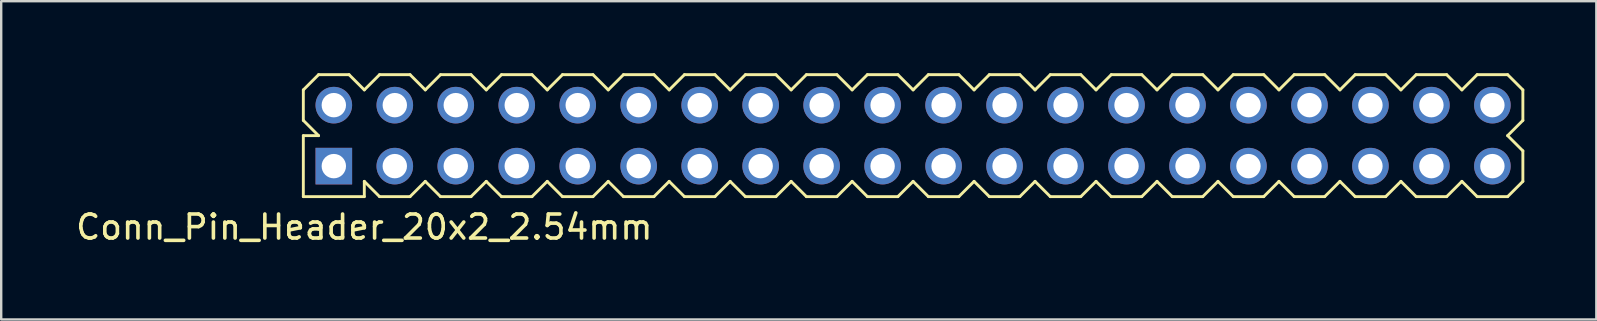
<source format=kicad_pcb>
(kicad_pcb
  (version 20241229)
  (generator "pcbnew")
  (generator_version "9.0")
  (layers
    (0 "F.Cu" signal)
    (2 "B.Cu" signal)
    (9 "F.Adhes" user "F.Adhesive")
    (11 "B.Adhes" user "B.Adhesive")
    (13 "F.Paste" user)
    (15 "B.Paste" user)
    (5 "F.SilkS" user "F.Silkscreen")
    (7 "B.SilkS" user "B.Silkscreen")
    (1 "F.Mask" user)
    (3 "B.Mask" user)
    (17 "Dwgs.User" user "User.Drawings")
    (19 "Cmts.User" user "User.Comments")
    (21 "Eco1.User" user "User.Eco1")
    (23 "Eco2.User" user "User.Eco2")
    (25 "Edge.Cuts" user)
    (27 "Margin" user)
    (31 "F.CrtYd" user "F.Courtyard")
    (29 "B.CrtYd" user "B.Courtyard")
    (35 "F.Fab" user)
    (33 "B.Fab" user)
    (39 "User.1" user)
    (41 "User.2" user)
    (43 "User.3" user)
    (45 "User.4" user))
  (footprint "Conn_Pin_Header_20x2_2.54mm"
    (layer "F.Cu")
    (at 34.985 2.6)
    (property "Reference" "Conn_Pin_Header_20x2_2.54mm" (at -22.86 3.81 0) (layer "F.SilkS") (effects (font (size 1 1) (thickness 0.15))))
    (attr through_hole)
    (fp_line (start -25.4 -1.905) (end -24.765 -2.54) (stroke (width 0.12) (type solid)) (layer "F.SilkS"))
    (fp_line (start -25.4 -0.635) (end -25.4 -1.905) (stroke (width 0.12) (type solid)) (layer "F.SilkS"))
    (fp_line (start -25.4 0) (end -24.765 0) (stroke (width 0.12) (type solid)) (layer "F.SilkS"))
    (fp_line (start -25.4 2.54) (end -25.4 0) (stroke (width 0.12) (type solid)) (layer "F.SilkS"))
    (fp_line (start -24.765 -2.54) (end -23.495 -2.54) (stroke (width 0.12) (type solid)) (layer "F.SilkS"))
    (fp_line (start -24.765 0) (end -25.4 -0.635) (stroke (width 0.12) (type solid)) (layer "F.SilkS"))
    (fp_line (start -23.495 -2.54) (end -22.86 -1.905) (stroke (width 0.12) (type solid)) (layer "F.SilkS"))
    (fp_line (start -22.86 -1.905) (end -22.225 -2.54) (stroke (width 0.12) (type solid)) (layer "F.SilkS"))
    (fp_line (start -22.86 2.54) (end -25.4 2.54) (stroke (width 0.12) (type solid)) (layer "F.SilkS"))
    (fp_line (start -22.86 2.54) (end -22.86 1.905) (stroke (width 0.12) (type solid)) (layer "F.SilkS"))
    (fp_line (start -22.225 -2.54) (end -20.955 -2.54) (stroke (width 0.12) (type solid)) (layer "F.SilkS"))
    (fp_line (start -22.225 2.54) (end -22.86 1.905) (stroke (width 0.12) (type solid)) (layer "F.SilkS"))
    (fp_line (start -20.955 -2.54) (end -20.32 -1.905) (stroke (width 0.12) (type solid)) (layer "F.SilkS"))
    (fp_line (start -20.955 2.54) (end -22.225 2.54) (stroke (width 0.12) (type solid)) (layer "F.SilkS"))
    (fp_line (start -20.32 -1.905) (end -19.685 -2.54) (stroke (width 0.12) (type solid)) (layer "F.SilkS"))
    (fp_line (start -20.32 1.905) (end -20.955 2.54) (stroke (width 0.12) (type solid)) (layer "F.SilkS"))
    (fp_line (start -19.685 -2.54) (end -18.415 -2.54) (stroke (width 0.12) (type solid)) (layer "F.SilkS"))
    (fp_line (start -19.685 2.54) (end -20.32 1.905) (stroke (width 0.12) (type solid)) (layer "F.SilkS"))
    (fp_line (start -18.415 -2.54) (end -17.78 -1.905) (stroke (width 0.12) (type solid)) (layer "F.SilkS"))
    (fp_line (start -18.415 2.54) (end -19.685 2.54) (stroke (width 0.12) (type solid)) (layer "F.SilkS"))
    (fp_line (start -17.78 -1.905) (end -17.145 -2.54) (stroke (width 0.12) (type solid)) (layer "F.SilkS"))
    (fp_line (start -17.78 1.905) (end -18.415 2.54) (stroke (width 0.12) (type solid)) (layer "F.SilkS"))
    (fp_line (start -17.145 -2.54) (end -15.875 -2.54) (stroke (width 0.12) (type solid)) (layer "F.SilkS"))
    (fp_line (start -17.145 2.54) (end -17.78 1.905) (stroke (width 0.12) (type solid)) (layer "F.SilkS"))
    (fp_line (start -15.875 -2.54) (end -15.24 -1.905) (stroke (width 0.12) (type solid)) (layer "F.SilkS"))
    (fp_line (start -15.875 2.54) (end -17.145 2.54) (stroke (width 0.12) (type solid)) (layer "F.SilkS"))
    (fp_line (start -15.24 -1.905) (end -14.605 -2.54) (stroke (width 0.12) (type solid)) (layer "F.SilkS"))
    (fp_line (start -15.24 1.905) (end -15.875 2.54) (stroke (width 0.12) (type solid)) (layer "F.SilkS"))
    (fp_line (start -14.605 -2.54) (end -13.335 -2.54) (stroke (width 0.12) (type solid)) (layer "F.SilkS"))
    (fp_line (start -14.605 2.54) (end -15.24 1.905) (stroke (width 0.12) (type solid)) (layer "F.SilkS"))
    (fp_line (start -13.335 -2.54) (end -12.7 -1.905) (stroke (width 0.12) (type solid)) (layer "F.SilkS"))
    (fp_line (start -13.335 2.54) (end -14.605 2.54) (stroke (width 0.12) (type solid)) (layer "F.SilkS"))
    (fp_line (start -12.7 -1.905) (end -12.065 -2.54) (stroke (width 0.12) (type solid)) (layer "F.SilkS"))
    (fp_line (start -12.7 1.905) (end -13.335 2.54) (stroke (width 0.12) (type solid)) (layer "F.SilkS"))
    (fp_line (start -12.065 -2.54) (end -10.795 -2.54) (stroke (width 0.12) (type solid)) (layer "F.SilkS"))
    (fp_line (start -12.065 2.54) (end -12.7 1.905) (stroke (width 0.12) (type solid)) (layer "F.SilkS"))
    (fp_line (start -10.795 -2.54) (end -10.16 -1.905) (stroke (width 0.12) (type solid)) (layer "F.SilkS"))
    (fp_line (start -10.795 2.54) (end -12.065 2.54) (stroke (width 0.12) (type solid)) (layer "F.SilkS"))
    (fp_line (start -10.16 -1.905) (end -9.525 -2.54) (stroke (width 0.12) (type solid)) (layer "F.SilkS"))
    (fp_line (start -10.16 1.905) (end -10.795 2.54) (stroke (width 0.12) (type solid)) (layer "F.SilkS"))
    (fp_line (start -9.525 -2.54) (end -8.255 -2.54) (stroke (width 0.12) (type solid)) (layer "F.SilkS"))
    (fp_line (start -9.525 2.54) (end -10.16 1.905) (stroke (width 0.12) (type solid)) (layer "F.SilkS"))
    (fp_line (start -8.255 -2.54) (end -7.62 -1.905) (stroke (width 0.12) (type solid)) (layer "F.SilkS"))
    (fp_line (start -8.255 2.54) (end -9.525 2.54) (stroke (width 0.12) (type solid)) (layer "F.SilkS"))
    (fp_line (start -7.62 -1.905) (end -6.985 -2.54) (stroke (width 0.12) (type solid)) (layer "F.SilkS"))
    (fp_line (start -7.62 1.905) (end -8.255 2.54) (stroke (width 0.12) (type solid)) (layer "F.SilkS"))
    (fp_line (start -6.985 -2.54) (end -5.715 -2.54) (stroke (width 0.12) (type solid)) (layer "F.SilkS"))
    (fp_line (start -6.985 2.54) (end -7.62 1.905) (stroke (width 0.12) (type solid)) (layer "F.SilkS"))
    (fp_line (start -5.715 -2.54) (end -5.08 -1.905) (stroke (width 0.12) (type solid)) (layer "F.SilkS"))
    (fp_line (start -5.715 2.54) (end -6.985 2.54) (stroke (width 0.12) (type solid)) (layer "F.SilkS"))
    (fp_line (start -5.08 -1.905) (end -4.445 -2.54) (stroke (width 0.12) (type solid)) (layer "F.SilkS"))
    (fp_line (start -5.08 1.905) (end -5.715 2.54) (stroke (width 0.12) (type solid)) (layer "F.SilkS"))
    (fp_line (start -4.445 -2.54) (end -3.175 -2.54) (stroke (width 0.12) (type solid)) (layer "F.SilkS"))
    (fp_line (start -4.445 2.54) (end -5.08 1.905) (stroke (width 0.12) (type solid)) (layer "F.SilkS"))
    (fp_line (start -3.175 -2.54) (end -2.54 -1.905) (stroke (width 0.12) (type solid)) (layer "F.SilkS"))
    (fp_line (start -3.175 2.54) (end -4.445 2.54) (stroke (width 0.12) (type solid)) (layer "F.SilkS"))
    (fp_line (start -2.54 -1.905) (end -1.905 -2.54) (stroke (width 0.12) (type solid)) (layer "F.SilkS"))
    (fp_line (start -2.54 1.905) (end -3.175 2.54) (stroke (width 0.12) (type solid)) (layer "F.SilkS"))
    (fp_line (start -1.905 -2.54) (end -0.635 -2.54) (stroke (width 0.12) (type solid)) (layer "F.SilkS"))
    (fp_line (start -1.905 2.54) (end -2.54 1.905) (stroke (width 0.12) (type solid)) (layer "F.SilkS"))
    (fp_line (start -0.635 -2.54) (end 0 -1.905) (stroke (width 0.12) (type solid)) (layer "F.SilkS"))
    (fp_line (start -0.635 2.54) (end -1.905 2.54) (stroke (width 0.12) (type solid)) (layer "F.SilkS"))
    (fp_line (start 0 -1.905) (end 0.635 -2.54) (stroke (width 0.12) (type solid)) (layer "F.SilkS"))
    (fp_line (start 0 1.905) (end -0.635 2.54) (stroke (width 0.12) (type solid)) (layer "F.SilkS"))
    (fp_line (start 0.635 -2.54) (end 1.905 -2.54) (stroke (width 0.12) (type solid)) (layer "F.SilkS"))
    (fp_line (start 0.635 2.54) (end 0 1.905) (stroke (width 0.12) (type solid)) (layer "F.SilkS"))
    (fp_line (start 1.905 -2.54) (end 2.54 -1.905) (stroke (width 0.12) (type solid)) (layer "F.SilkS"))
    (fp_line (start 1.905 2.54) (end 0.635 2.54) (stroke (width 0.12) (type solid)) (layer "F.SilkS"))
    (fp_line (start 2.54 -1.905) (end 3.175 -2.54) (stroke (width 0.12) (type solid)) (layer "F.SilkS"))
    (fp_line (start 2.54 1.905) (end 1.905 2.54) (stroke (width 0.12) (type solid)) (layer "F.SilkS"))
    (fp_line (start 3.175 -2.54) (end 4.445 -2.54) (stroke (width 0.12) (type solid)) (layer "F.SilkS"))
    (fp_line (start 3.175 2.54) (end 2.54 1.905) (stroke (width 0.12) (type solid)) (layer "F.SilkS"))
    (fp_line (start 4.445 -2.54) (end 5.08 -1.905) (stroke (width 0.12) (type solid)) (layer "F.SilkS"))
    (fp_line (start 4.445 2.54) (end 3.175 2.54) (stroke (width 0.12) (type solid)) (layer "F.SilkS"))
    (fp_line (start 5.08 -1.905) (end 5.715 -2.54) (stroke (width 0.12) (type solid)) (layer "F.SilkS"))
    (fp_line (start 5.08 1.905) (end 4.445 2.54) (stroke (width 0.12) (type solid)) (layer "F.SilkS"))
    (fp_line (start 5.715 -2.54) (end 6.985 -2.54) (stroke (width 0.12) (type solid)) (layer "F.SilkS"))
    (fp_line (start 5.715 2.54) (end 5.08 1.905) (stroke (width 0.12) (type solid)) (layer "F.SilkS"))
    (fp_line (start 6.985 -2.54) (end 7.62 -1.905) (stroke (width 0.12) (type solid)) (layer "F.SilkS"))
    (fp_line (start 6.985 2.54) (end 5.715 2.54) (stroke (width 0.12) (type solid)) (layer "F.SilkS"))
    (fp_line (start 7.62 -1.905) (end 8.255 -2.54) (stroke (width 0.12) (type solid)) (layer "F.SilkS"))
    (fp_line (start 7.62 1.905) (end 6.985 2.54) (stroke (width 0.12) (type solid)) (layer "F.SilkS"))
    (fp_line (start 8.255 -2.54) (end 9.525 -2.54) (stroke (width 0.12) (type solid)) (layer "F.SilkS"))
    (fp_line (start 8.255 2.54) (end 7.62 1.905) (stroke (width 0.12) (type solid)) (layer "F.SilkS"))
    (fp_line (start 9.525 -2.54) (end 10.16 -1.905) (stroke (width 0.12) (type solid)) (layer "F.SilkS"))
    (fp_line (start 9.525 2.54) (end 8.255 2.54) (stroke (width 0.12) (type solid)) (layer "F.SilkS"))
    (fp_line (start 10.16 -1.905) (end 10.795 -2.54) (stroke (width 0.12) (type solid)) (layer "F.SilkS"))
    (fp_line (start 10.16 1.905) (end 9.525 2.54) (stroke (width 0.12) (type solid)) (layer "F.SilkS"))
    (fp_line (start 10.795 -2.54) (end 12.065 -2.54) (stroke (width 0.12) (type solid)) (layer "F.SilkS"))
    (fp_line (start 10.795 2.54) (end 10.16 1.905) (stroke (width 0.12) (type solid)) (layer "F.SilkS"))
    (fp_line (start 12.065 -2.54) (end 12.7 -1.905) (stroke (width 0.12) (type solid)) (layer "F.SilkS"))
    (fp_line (start 12.065 2.54) (end 10.795 2.54) (stroke (width 0.12) (type solid)) (layer "F.SilkS"))
    (fp_line (start 12.7 -1.905) (end 13.335 -2.54) (stroke (width 0.12) (type solid)) (layer "F.SilkS"))
    (fp_line (start 12.7 1.905) (end 12.065 2.54) (stroke (width 0.12) (type solid)) (layer "F.SilkS"))
    (fp_line (start 13.335 -2.54) (end 14.605 -2.54) (stroke (width 0.12) (type solid)) (layer "F.SilkS"))
    (fp_line (start 13.335 2.54) (end 12.7 1.905) (stroke (width 0.12) (type solid)) (layer "F.SilkS"))
    (fp_line (start 14.605 -2.54) (end 15.24 -1.905) (stroke (width 0.12) (type solid)) (layer "F.SilkS"))
    (fp_line (start 14.605 2.54) (end 13.335 2.54) (stroke (width 0.12) (type solid)) (layer "F.SilkS"))
    (fp_line (start 15.24 -1.905) (end 15.875 -2.54) (stroke (width 0.12) (type solid)) (layer "F.SilkS"))
    (fp_line (start 15.24 1.905) (end 14.605 2.54) (stroke (width 0.12) (type solid)) (layer "F.SilkS"))
    (fp_line (start 15.875 -2.54) (end 17.145 -2.54) (stroke (width 0.12) (type solid)) (layer "F.SilkS"))
    (fp_line (start 15.875 2.54) (end 15.24 1.905) (stroke (width 0.12) (type solid)) (layer "F.SilkS"))
    (fp_line (start 17.145 -2.54) (end 17.78 -1.905) (stroke (width 0.12) (type solid)) (layer "F.SilkS"))
    (fp_line (start 17.145 2.54) (end 15.875 2.54) (stroke (width 0.12) (type solid)) (layer "F.SilkS"))
    (fp_line (start 17.78 -1.905) (end 18.415 -2.54) (stroke (width 0.12) (type solid)) (layer "F.SilkS"))
    (fp_line (start 17.78 1.905) (end 17.145 2.54) (stroke (width 0.12) (type solid)) (layer "F.SilkS"))
    (fp_line (start 18.415 -2.54) (end 19.685 -2.54) (stroke (width 0.12) (type solid)) (layer "F.SilkS"))
    (fp_line (start 18.415 2.54) (end 17.78 1.905) (stroke (width 0.12) (type solid)) (layer "F.SilkS"))
    (fp_line (start 19.685 -2.54) (end 20.32 -1.905) (stroke (width 0.12) (type solid)) (layer "F.SilkS"))
    (fp_line (start 19.685 2.54) (end 18.415 2.54) (stroke (width 0.12) (type solid)) (layer "F.SilkS"))
    (fp_line (start 20.32 -1.905) (end 20.955 -2.54) (stroke (width 0.12) (type solid)) (layer "F.SilkS"))
    (fp_line (start 20.32 1.905) (end 19.685 2.54) (stroke (width 0.12) (type solid)) (layer "F.SilkS"))
    (fp_line (start 20.955 -2.54) (end 22.225 -2.54) (stroke (width 0.12) (type solid)) (layer "F.SilkS"))
    (fp_line (start 20.955 2.54) (end 20.32 1.905) (stroke (width 0.12) (type solid)) (layer "F.SilkS"))
    (fp_line (start 22.225 -2.54) (end 22.86 -1.905) (stroke (width 0.12) (type solid)) (layer "F.SilkS"))
    (fp_line (start 22.225 2.54) (end 20.955 2.54) (stroke (width 0.12) (type solid)) (layer "F.SilkS"))
    (fp_line (start 22.86 -1.905) (end 23.495 -2.54) (stroke (width 0.12) (type solid)) (layer "F.SilkS"))
    (fp_line (start 22.86 1.905) (end 22.225 2.54) (stroke (width 0.12) (type solid)) (layer "F.SilkS"))
    (fp_line (start 23.495 -2.54) (end 24.765 -2.54) (stroke (width 0.12) (type solid)) (layer "F.SilkS"))
    (fp_line (start 23.495 2.54) (end 22.86 1.905) (stroke (width 0.12) (type solid)) (layer "F.SilkS"))
    (fp_line (start 24.765 -2.54) (end 25.4 -1.905) (stroke (width 0.12) (type solid)) (layer "F.SilkS"))
    (fp_line (start 24.765 0) (end 25.4 0.635) (stroke (width 0.12) (type solid)) (layer "F.SilkS"))
    (fp_line (start 24.765 2.54) (end 23.495 2.54) (stroke (width 0.12) (type solid)) (layer "F.SilkS"))
    (fp_line (start 25.4 -1.905) (end 25.4 -0.635) (stroke (width 0.12) (type solid)) (layer "F.SilkS"))
    (fp_line (start 25.4 -0.635) (end 24.765 0) (stroke (width 0.12) (type solid)) (layer "F.SilkS"))
    (fp_line (start 25.4 0.635) (end 25.4 1.905) (stroke (width 0.12) (type solid)) (layer "F.SilkS"))
    (fp_line (start 25.4 1.905) (end 24.765 2.54) (stroke (width 0.12) (type solid)) (layer "F.SilkS"))
    (pad "1" thru_hole rect (at -24.13 1.27) (size 1.524 1.524) (drill 1.016) (layers "*.Cu" "*.Mask"))
    (pad "2" thru_hole circle (at -24.13 -1.27) (size 1.524 1.524) (drill 1.016) (layers "*.Cu" "*.Mask"))
    (pad "3" thru_hole circle (at -21.59 1.27) (size 1.524 1.524) (drill 1.016) (layers "*.Cu" "*.Mask"))
    (pad "4" thru_hole circle (at -21.59 -1.27) (size 1.524 1.524) (drill 1.016) (layers "*.Cu" "*.Mask"))
    (pad "5" thru_hole circle (at -19.05 1.27) (size 1.524 1.524) (drill 1.016) (layers "*.Cu" "*.Mask"))
    (pad "6" thru_hole circle (at -19.05 -1.27) (size 1.524 1.524) (drill 1.016) (layers "*.Cu" "*.Mask"))
    (pad "7" thru_hole circle (at -16.51 1.27) (size 1.524 1.524) (drill 1.016) (layers "*.Cu" "*.Mask"))
    (pad "8" thru_hole circle (at -16.51 -1.27) (size 1.524 1.524) (drill 1.016) (layers "*.Cu" "*.Mask"))
    (pad "9" thru_hole circle (at -13.97 1.27) (size 1.524 1.524) (drill 1.016) (layers "*.Cu" "*.Mask"))
    (pad "10" thru_hole circle (at -13.97 -1.27) (size 1.524 1.524) (drill 1.016) (layers "*.Cu" "*.Mask"))
    (pad "11" thru_hole circle (at -11.43 1.27) (size 1.524 1.524) (drill 1.016) (layers "*.Cu" "*.Mask"))
    (pad "12" thru_hole circle (at -11.43 -1.27) (size 1.524 1.524) (drill 1.016) (layers "*.Cu" "*.Mask"))
    (pad "13" thru_hole circle (at -8.89 1.27) (size 1.524 1.524) (drill 1.016) (layers "*.Cu" "*.Mask"))
    (pad "14" thru_hole circle (at -8.89 -1.27) (size 1.524 1.524) (drill 1.016) (layers "*.Cu" "*.Mask"))
    (pad "15" thru_hole circle (at -6.35 1.27) (size 1.524 1.524) (drill 1.016) (layers "*.Cu" "*.Mask"))
    (pad "16" thru_hole circle (at -6.35 -1.27) (size 1.524 1.524) (drill 1.016) (layers "*.Cu" "*.Mask"))
    (pad "17" thru_hole circle (at -3.81 1.27) (size 1.524 1.524) (drill 1.016) (layers "*.Cu" "*.Mask"))
    (pad "18" thru_hole circle (at -3.81 -1.27) (size 1.524 1.524) (drill 1.016) (layers "*.Cu" "*.Mask"))
    (pad "19" thru_hole circle (at -1.27 1.27) (size 1.524 1.524) (drill 1.016) (layers "*.Cu" "*.Mask"))
    (pad "20" thru_hole circle (at -1.27 -1.27) (size 1.524 1.524) (drill 1.016) (layers "*.Cu" "*.Mask"))
    (pad "21" thru_hole circle (at 1.27 1.27) (size 1.524 1.524) (drill 1.016) (layers "*.Cu" "*.Mask"))
    (pad "22" thru_hole circle (at 1.27 -1.27) (size 1.524 1.524) (drill 1.016) (layers "*.Cu" "*.Mask"))
    (pad "23" thru_hole circle (at 3.81 1.27) (size 1.524 1.524) (drill 1.016) (layers "*.Cu" "*.Mask"))
    (pad "24" thru_hole circle (at 3.81 -1.27) (size 1.524 1.524) (drill 1.016) (layers "*.Cu" "*.Mask"))
    (pad "25" thru_hole circle (at 6.35 1.27) (size 1.524 1.524) (drill 1.016) (layers "*.Cu" "*.Mask"))
    (pad "26" thru_hole circle (at 6.35 -1.27) (size 1.524 1.524) (drill 1.016) (layers "*.Cu" "*.Mask"))
    (pad "27" thru_hole circle (at 8.89 1.27) (size 1.524 1.524) (drill 1.016) (layers "*.Cu" "*.Mask"))
    (pad "28" thru_hole circle (at 8.89 -1.27) (size 1.524 1.524) (drill 1.016) (layers "*.Cu" "*.Mask"))
    (pad "29" thru_hole circle (at 11.43 1.27) (size 1.524 1.524) (drill 1.016) (layers "*.Cu" "*.Mask"))
    (pad "30" thru_hole circle (at 11.43 -1.27) (size 1.524 1.524) (drill 1.016) (layers "*.Cu" "*.Mask"))
    (pad "31" thru_hole circle (at 13.97 1.27) (size 1.524 1.524) (drill 1.016) (layers "*.Cu" "*.Mask"))
    (pad "32" thru_hole circle (at 13.97 -1.27) (size 1.524 1.524) (drill 1.016) (layers "*.Cu" "*.Mask"))
    (pad "33" thru_hole circle (at 16.51 1.27) (size 1.524 1.524) (drill 1.016) (layers "*.Cu" "*.Mask"))
    (pad "34" thru_hole circle (at 16.51 -1.27) (size 1.524 1.524) (drill 1.016) (layers "*.Cu" "*.Mask"))
    (pad "35" thru_hole circle (at 19.05 1.27) (size 1.524 1.524) (drill 1.016) (layers "*.Cu" "*.Mask"))
    (pad "36" thru_hole circle (at 19.05 -1.27) (size 1.524 1.524) (drill 1.016) (layers "*.Cu" "*.Mask"))
    (pad "37" thru_hole circle (at 21.59 1.27) (size 1.524 1.524) (drill 1.016) (layers "*.Cu" "*.Mask"))
    (pad "38" thru_hole circle (at 21.59 -1.27) (size 1.524 1.524) (drill 1.016) (layers "*.Cu" "*.Mask"))
    (pad "39" thru_hole circle (at 24.13 1.27) (size 1.524 1.524) (drill 1.016) (layers "*.Cu" "*.Mask"))
    (pad "40" thru_hole circle (at 24.13 -1.27) (size 1.524 1.524) (drill 1.016) (layers "*.Cu" "*.Mask")))
  (gr_rect
    (start -3 -3)
    (end 63.445 10.258)
    (stroke (width 0.1) (type default))
    (fill no)
    (layer "Edge.Cuts")))
</source>
